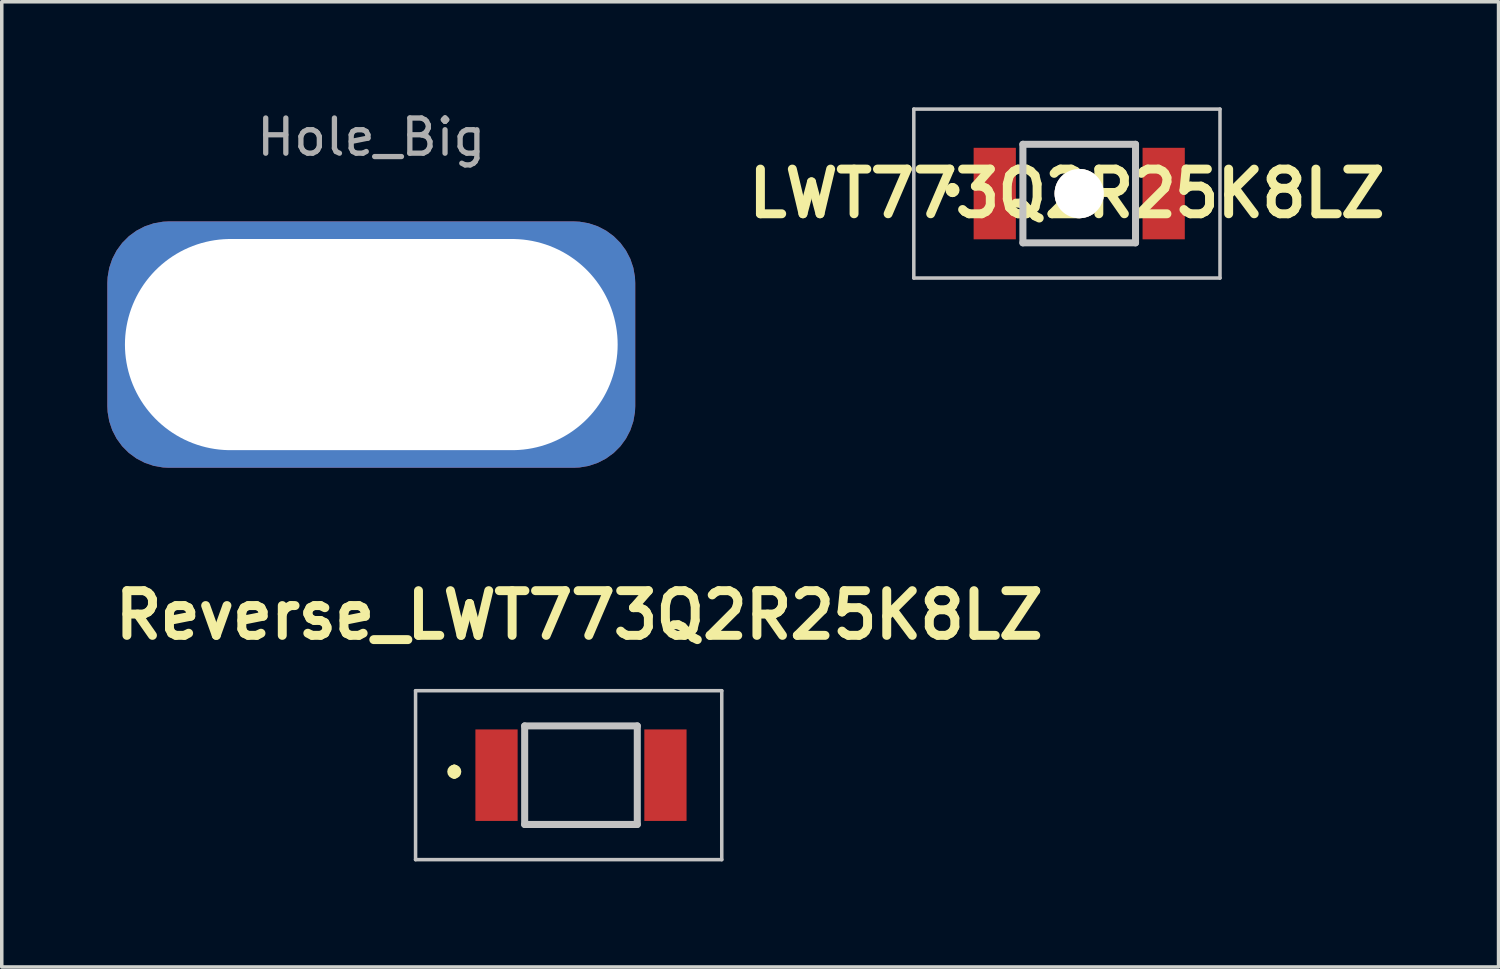
<source format=kicad_pcb>
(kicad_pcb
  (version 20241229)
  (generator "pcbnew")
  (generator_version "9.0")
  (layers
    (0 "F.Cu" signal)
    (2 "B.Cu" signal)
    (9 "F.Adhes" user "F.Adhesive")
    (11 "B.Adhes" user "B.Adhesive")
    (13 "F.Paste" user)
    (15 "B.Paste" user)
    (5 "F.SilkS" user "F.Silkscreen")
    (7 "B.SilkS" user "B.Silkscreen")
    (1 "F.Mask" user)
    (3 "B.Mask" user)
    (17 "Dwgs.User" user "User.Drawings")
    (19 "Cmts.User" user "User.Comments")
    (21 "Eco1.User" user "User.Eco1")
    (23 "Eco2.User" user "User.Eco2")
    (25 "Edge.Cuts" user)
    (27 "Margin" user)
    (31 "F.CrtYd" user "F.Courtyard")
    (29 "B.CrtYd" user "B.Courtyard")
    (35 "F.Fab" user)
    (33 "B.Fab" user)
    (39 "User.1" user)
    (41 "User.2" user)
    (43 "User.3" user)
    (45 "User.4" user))
  (footprint "Hole_Big"
    (layer "F.Cu")
    (at 7.5 6.741)
    (property "Reference" "Hole_Big" (at 0 -5.893 0) (layer "F.Fab") (effects (font (size 1 1) (thickness 0.15))))
    (attr through_hole)
    (pad "1" thru_hole roundrect (at 0 0) (size 15 7) (drill oval 14 6) (layers "*.Cu" "*.Mask") (roundrect_rratio 0.25)))
  (footprint "LWT773Q2R25K8LZ"
    (layer "F.Cu")
    (at 27.615 2.45)
    (property "Reference" "LWT773Q2R25K8LZ" (at -0.35 0 0) (layer "F.SilkS") (effects (font (size 1.27 1.27) (thickness 0.254))))
    (attr through_hole)
    (fp_line (start -3.6 -0.2) (end -3.6 -0.2) (stroke (width 0.2) (type solid)) (layer "F.SilkS"))
    (fp_line (start -3.6 0) (end -3.6 0) (stroke (width 0.2) (type solid)) (layer "F.SilkS"))
    (fp_line (start -1.6 -1.4) (end -1.6 1.4) (stroke (width 0.1) (type solid)) (layer "F.SilkS"))
    (fp_line (start -1 -1.4) (end -1.6 -1.4) (stroke (width 0.1) (type solid)) (layer "F.SilkS"))
    (fp_line (start -1 1.4) (end -1.6 1.4) (stroke (width 0.1) (type solid)) (layer "F.SilkS"))
    (fp_line (start 1 -1.4) (end 1.6 -1.4) (stroke (width 0.1) (type solid)) (layer "F.SilkS"))
    (fp_line (start 1.2 1.4) (end 1 1.4) (stroke (width 0.1) (type solid)) (layer "F.SilkS"))
    (fp_line (start 1.2 1.4) (end 1.6 1.4) (stroke (width 0.1) (type solid)) (layer "F.SilkS"))
    (fp_line (start 1.6 -1.4) (end 1.6 1.4) (stroke (width 0.1) (type solid)) (layer "F.SilkS"))
    (fp_arc (start -3.6 -0.2) (mid -3.5 -0.1) (end -3.6 0) (stroke (width 0.2) (type solid)) (layer "F.SilkS"))
    (fp_arc (start -3.6 0) (mid -3.7 -0.1) (end -3.6 -0.2) (stroke (width 0.2) (type solid)) (layer "F.SilkS"))
    (fp_line (start -4.7 -2.4) (end 4 -2.4) (stroke (width 0.1) (type solid)) (layer "Dwgs.User"))
    (fp_line (start -4.7 2.4) (end -4.7 -2.4) (stroke (width 0.1) (type solid)) (layer "Dwgs.User"))
    (fp_line (start -1.6 -1.4) (end 1.6 -1.4) (stroke (width 0.2) (type solid)) (layer "Dwgs.User"))
    (fp_line (start -1.6 1.4) (end -1.6 -1.4) (stroke (width 0.2) (type solid)) (layer "Dwgs.User"))
    (fp_line (start 1.6 -1.4) (end 1.6 1.4) (stroke (width 0.2) (type solid)) (layer "Dwgs.User"))
    (fp_line (start 1.6 1.4) (end -1.6 1.4) (stroke (width 0.2) (type solid)) (layer "Dwgs.User"))
    (fp_line (start 4 -2.4) (end 4 2.4) (stroke (width 0.1) (type solid)) (layer "Dwgs.User"))
    (fp_line (start 4 2.4) (end -4.7 2.4) (stroke (width 0.1) (type solid)) (layer "Dwgs.User"))
    (pad "1" smd rect (at -2.4 0) (size 1.2 2.6) (layers "F.Cu" "F.Mask" "F.Paste"))
    (pad "2" smd rect (at 2.4 0) (size 1.2 2.6) (layers "F.Cu" "F.Mask" "F.Paste"))
    (pad "3" thru_hole circle (at 0 0 90) (size 1.4 1.4) (drill 2.8) (layers "*.Cu" "*.Mask" "F.SilkS")))
  (footprint "Reverse_LWT773Q2R25K8LZ"
    (layer "F.Cu")
    (at 13.458 18.976)
    (property "Reference" "Reverse_LWT773Q2R25K8LZ" (at -0.051 -4.547 0) (layer "F.SilkS") (effects (font (size 1.27 1.27) (thickness 0.254))))
    (attr through_hole)
    (fp_line (start -3.6 -0.2) (end -3.6 -0.2) (stroke (width 0.2) (type solid)) (layer "F.SilkS"))
    (fp_line (start -3.6 0) (end -3.6 0) (stroke (width 0.2) (type solid)) (layer "F.SilkS"))
    (fp_arc (start -3.6 -0.2) (mid -3.5 -0.1) (end -3.6 0) (stroke (width 0.2) (type solid)) (layer "F.SilkS"))
    (fp_arc (start -3.6 0) (mid -3.7 -0.1) (end -3.6 -0.2) (stroke (width 0.2) (type solid)) (layer "F.SilkS"))
    (fp_line (start -4.7 -2.4) (end 4 -2.4) (stroke (width 0.1) (type solid)) (layer "Dwgs.User"))
    (fp_line (start -4.7 2.4) (end -4.7 -2.4) (stroke (width 0.1) (type solid)) (layer "Dwgs.User"))
    (fp_line (start -1.6 -1.4) (end 1.6 -1.4) (stroke (width 0.2) (type solid)) (layer "Dwgs.User"))
    (fp_line (start -1.6 1.4) (end -1.6 -1.4) (stroke (width 0.2) (type solid)) (layer "Dwgs.User"))
    (fp_line (start 1.6 -1.4) (end 1.6 1.4) (stroke (width 0.2) (type solid)) (layer "Dwgs.User"))
    (fp_line (start 1.6 1.4) (end -1.6 1.4) (stroke (width 0.2) (type solid)) (layer "Dwgs.User"))
    (fp_line (start 4 -2.4) (end 4 2.4) (stroke (width 0.1) (type solid)) (layer "Dwgs.User"))
    (fp_line (start 4 2.4) (end -4.7 2.4) (stroke (width 0.1) (type solid)) (layer "Dwgs.User"))
    (pad "1" smd rect (at -2.4 0) (size 1.2 2.6) (layers "F.Cu" "F.Mask" "F.Paste"))
    (pad "2" smd rect (at 2.4 0) (size 1.2 2.6) (layers "F.Cu" "F.Mask" "F.Paste")))
  (gr_rect
    (start -3 -3)
    (end 39.53 24.426)
    (stroke (width 0.1) (type default))
    (fill no)
    (layer "Edge.Cuts")))
</source>
